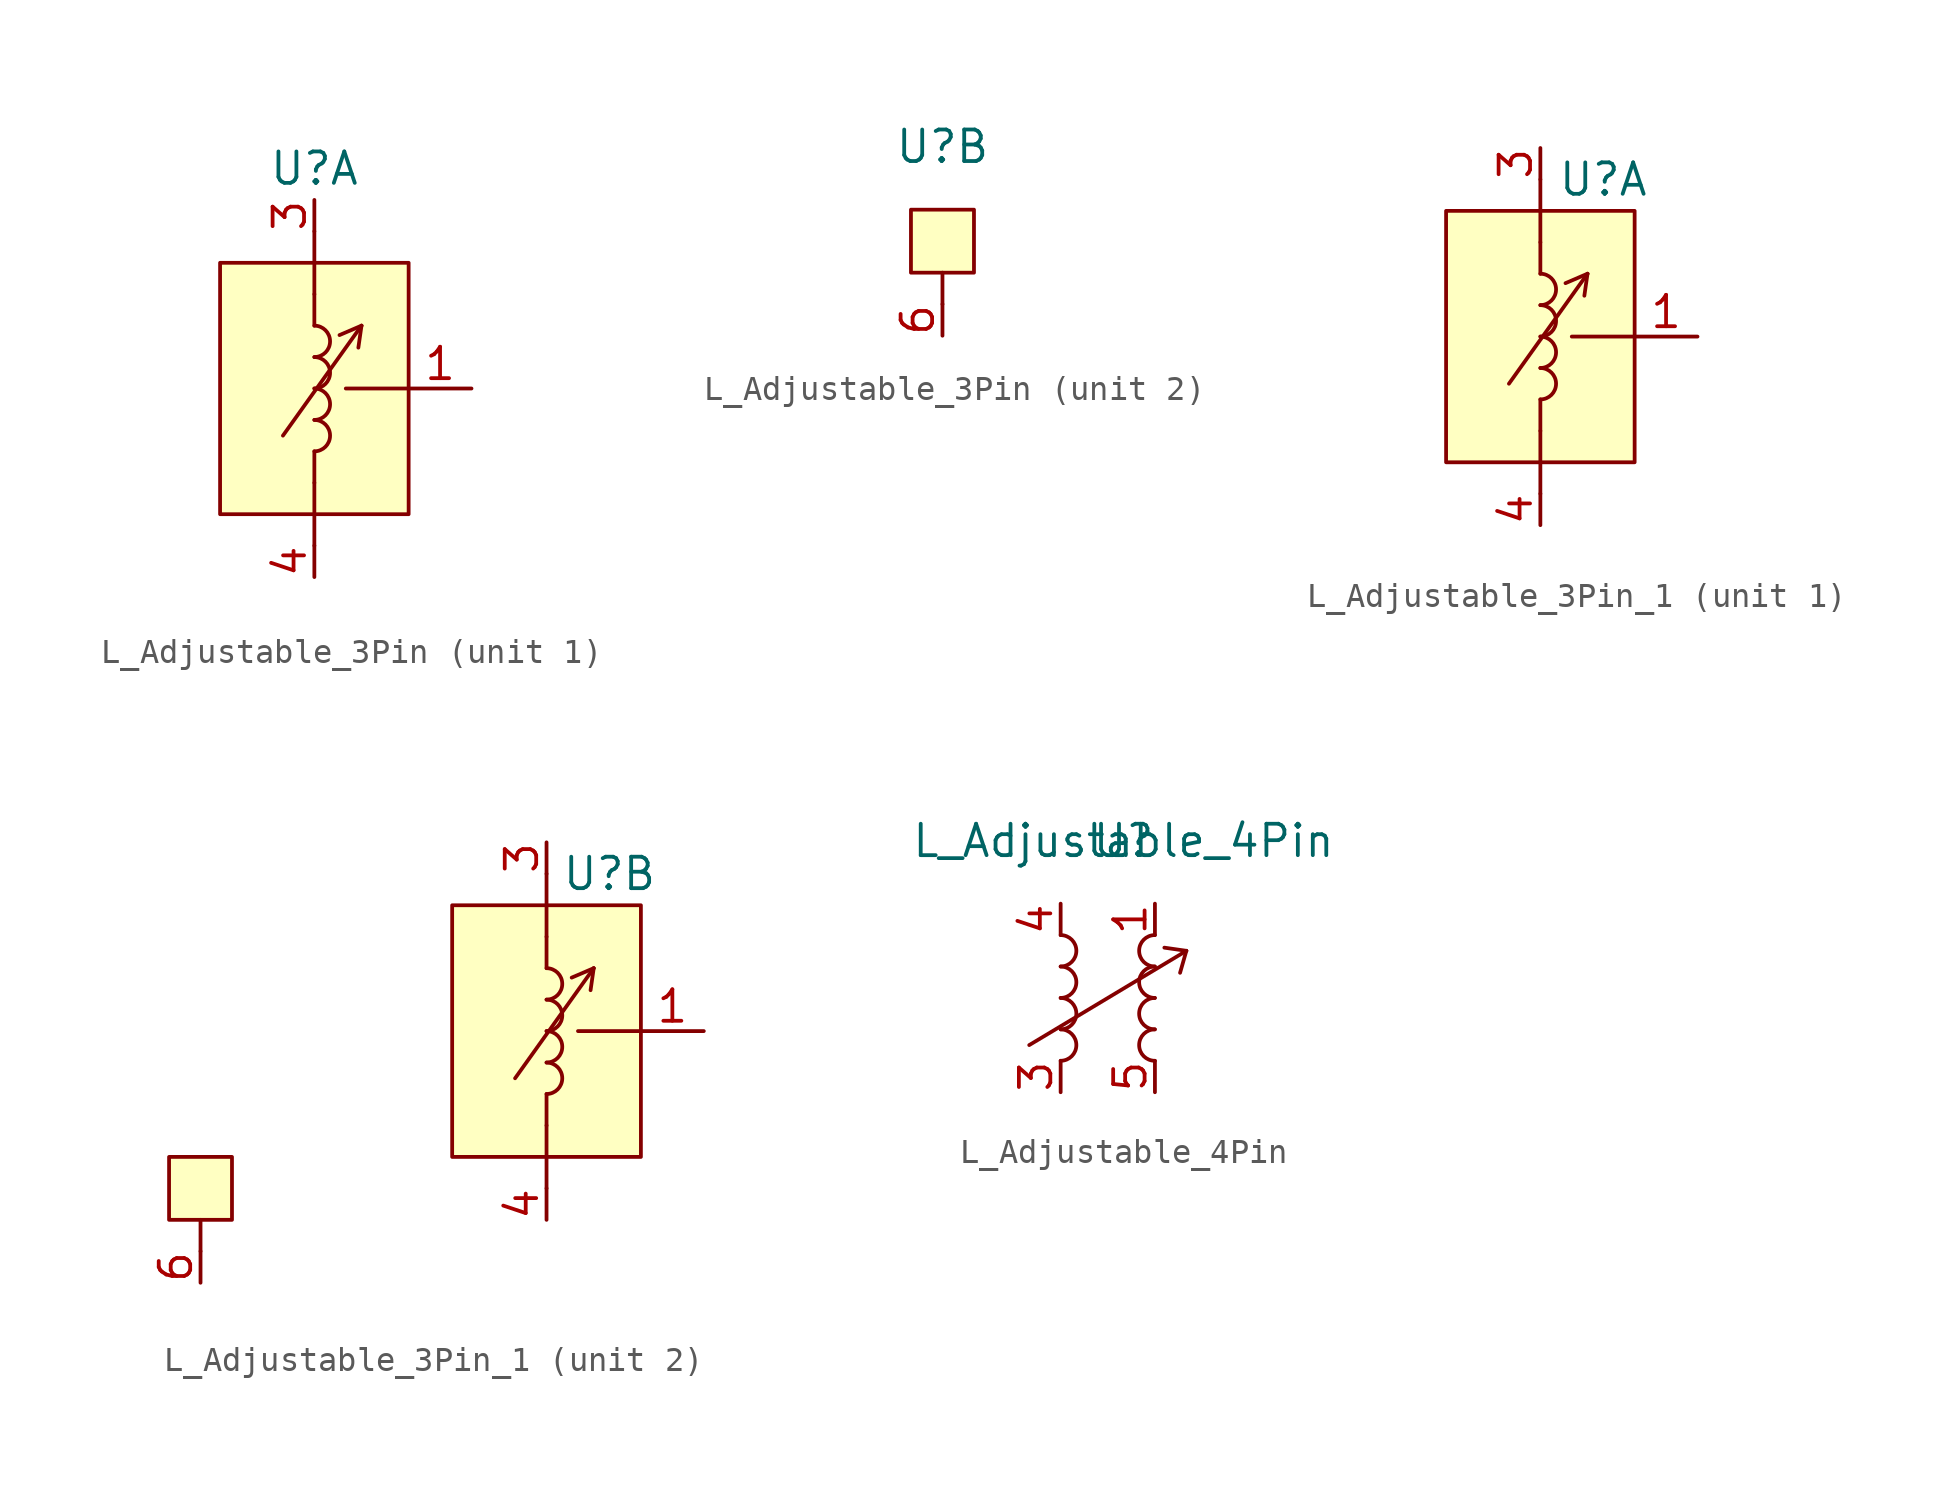
<source format=kicad_sym>
(kicad_symbol_lib
  (version 20220914)
  (generator kicad_symbol_editor)
  (symbol "L_Adjustable_3Pin"
    (property "Reference" "U"
      (at 0 3.81 0)
      (effects (font (size 1.27 1.27))))
    (property "Value" ""
      (at 2.54 1.27 0)
      (effects (font (size 1.27 1.27))))
    (property "ki_locked" ""
      (at 0 0 0)
      (effects (font (size 1.27 1.27))))
    (symbol "L_Adjustable_3Pin_1_1"
      (rectangle (start -3.81 0) (end 3.81 -10.16) (stroke (width 0) (type default)) (fill (type background)))
      (arc (start 0 -7.62) (mid 0.6323 -6.985) (end 0 -6.35) (stroke (width 0) (type default)) (fill (type none)))
      (arc (start 0 -6.35) (mid 0.6323 -5.715) (end 0 -5.08) (stroke (width 0) (type default)) (fill (type none)))
      (arc (start 0 -5.08) (mid 0.6323 -4.445) (end 0 -3.81) (stroke (width 0) (type default)) (fill (type none)))
      (arc (start 0 -3.81) (mid 0.6323 -3.175) (end 0 -2.54) (stroke (width 0) (type default)) (fill (type none)))
      (polyline (pts (xy -1.27 -6.985) (xy 1.905 -2.54)) (stroke (width 0) (type default)) (fill (type none)))
      (polyline (pts (xy 0 -8.89) (xy 0 -11.43)) (stroke (width 0) (type default)) (fill (type none)))
      (polyline (pts (xy 0 -8.89) (xy 0 -7.62)) (stroke (width 0) (type default)) (fill (type none)))
      (polyline (pts (xy 0 -1.27) (xy 0 -2.54)) (stroke (width 0) (type default)) (fill (type none)))
      (polyline (pts (xy 0 1.27) (xy 0 -1.27)) (stroke (width 0) (type default)) (fill (type none)))
      (polyline (pts (xy 1.905 -2.54) (xy 1.016 -2.921)) (stroke (width 0) (type default)) (fill (type none)))
      (polyline (pts (xy 1.905 -2.54) (xy 1.778 -3.429)) (stroke (width 0) (type default)) (fill (type none)))
      (polyline (pts (xy 3.81 -5.08) (xy 1.27 -5.08)) (stroke (width 0) (type default)) (fill (type none)))
      (pin passive line (at 6.35 -5.08 180) (length 2.54) (name "" (effects (font (size 1.27 1.27)))) (number "1" (effects (font (size 1.27 1.27)))))
      (pin passive line (at 0 2.54 270) (length 1.27) (name "" (effects (font (size 1.27 1.27)))) (number "3" (effects (font (size 1.27 1.27)))))
      (pin passive line (at 0 -12.7 90) (length 1.27) (name "" (effects (font (size 1.27 1.27)))) (number "4" (effects (font (size 1.27 1.27))))))
    (symbol "L_Adjustable_3Pin_2_1"
      (rectangle (start -1.27 1.27) (end 1.27 -1.27) (stroke (width 0) (type default)) (fill (type background)))
      (polyline (pts (xy 0 -2.54) (xy 0 -1.27)) (stroke (width 0) (type default)) (fill (type none)))
      (pin passive line (at 0 -3.81 90) (length 1.27) (name "" (effects (font (size 1.27 1.27)))) (number "6" (effects (font (size 1.27 1.27)))))))
  (symbol "L_Adjustable_3Pin_1"
    (property "Reference" "U"
      (at 0 0 0)
      (effects (font (size 1.27 1.27))))
    (property "Value" ""
      (at 0 0 0)
      (effects (font (size 1.27 1.27))))
    (property "ki_locked" ""
      (at 0 0 0)
      (effects (font (size 1.27 1.27))))
    (symbol "L_Adjustable_3Pin_1_0_1"
      (arc (start -2.54 -8.89) (mid -1.9077 -8.255) (end -2.54 -7.62) (stroke (width 0) (type default)) (fill (type none)))
      (arc (start -2.54 -7.62) (mid -1.9077 -6.985) (end -2.54 -6.35) (stroke (width 0) (type default)) (fill (type none)))
      (arc (start -2.54 -6.35) (mid -1.9077 -5.715) (end -2.54 -5.08) (stroke (width 0) (type default)) (fill (type none)))
      (arc (start -2.54 -5.08) (mid -1.9077 -4.445) (end -2.54 -3.81) (stroke (width 0) (type default)) (fill (type none)))
      (polyline (pts (xy -3.81 -8.255) (xy -0.635 -3.81)) (stroke (width 0) (type default)) (fill (type none)))
      (polyline (pts (xy -2.54 -10.16) (xy -2.54 -8.89)) (stroke (width 0) (type default)) (fill (type none)))
      (polyline (pts (xy -2.54 -2.54) (xy -2.54 -3.81)) (stroke (width 0) (type default)) (fill (type none)))
      (polyline (pts (xy -0.635 -3.81) (xy -1.524 -4.191)) (stroke (width 0) (type default)) (fill (type none)))
      (polyline (pts (xy -0.635 -3.81) (xy -0.762 -4.699)) (stroke (width 0) (type default)) (fill (type none)))
      (polyline (pts (xy 1.27 -6.35) (xy -1.27 -6.35)) (stroke (width 0) (type default)) (fill (type none))))
    (symbol "L_Adjustable_3Pin_1_1_1"
      (rectangle (start -6.35 -1.27) (end 1.27 -11.43) (stroke (width 0) (type default)) (fill (type background)))
      (polyline (pts (xy -2.54 -10.16) (xy -2.54 -12.7)) (stroke (width 0) (type default)) (fill (type none)))
      (polyline (pts (xy -2.54 0) (xy -2.54 -2.54)) (stroke (width 0) (type default)) (fill (type none)))
      (pin passive line (at 3.81 -6.35 180) (length 2.54) (name "" (effects (font (size 1.27 1.27)))) (number "1" (effects (font (size 1.27 1.27)))))
      (pin passive line (at -2.54 1.27 270) (length 1.27) (name "" (effects (font (size 1.27 1.27)))) (number "3" (effects (font (size 1.27 1.27)))))
      (pin passive line (at -2.54 -13.97 90) (length 1.27) (name "" (effects (font (size 1.27 1.27)))) (number "4" (effects (font (size 1.27 1.27))))))
    (symbol "L_Adjustable_3Pin_1_2_1"
      (rectangle (start -17.78 -11.43) (end -15.24 -13.97) (stroke (width 0) (type default)) (fill (type background)))
      (rectangle (start -6.35 -1.27) (end 1.27 -11.43) (stroke (width 0) (type default)) (fill (type background)))
      (polyline (pts (xy -16.51 -15.24) (xy -16.51 -13.97)) (stroke (width 0) (type default)) (fill (type none)))
      (polyline (pts (xy -2.54 -10.16) (xy -2.54 -12.7)) (stroke (width 0) (type default)) (fill (type none)))
      (polyline (pts (xy -2.54 0) (xy -2.54 -2.54)) (stroke (width 0) (type default)) (fill (type none)))
      (pin passive line (at 3.81 -6.35 180) (length 2.54) (name "" (effects (font (size 1.27 1.27)))) (number "1" (effects (font (size 1.27 1.27)))))
      (pin passive line (at -2.54 1.27 270) (length 1.27) (name "" (effects (font (size 1.27 1.27)))) (number "3" (effects (font (size 1.27 1.27)))))
      (pin passive line (at -2.54 -13.97 90) (length 1.27) (name "" (effects (font (size 1.27 1.27)))) (number "4" (effects (font (size 1.27 1.27)))))
      (pin passive line (at -16.51 -16.51 90) (length 1.27) (name "" (effects (font (size 1.27 1.27)))) (number "6" (effects (font (size 1.27 1.27)))))))
  (symbol "L_Adjustable_4Pin"
    (property "Reference" "U"
      (at 2.54 2.54 0)
      (effects (font (size 1.27 1.27))))
    (property "Value" "L_Adjustable_4Pin"
      (at 2.54 2.54 0)
      (effects (font (size 1.27 1.27))))
    (symbol "L_Adjustable_4Pin_0_1"
      (arc (start 0 -6.35) (mid 0.6323 -5.715) (end 0 -5.08) (stroke (width 0) (type default)) (fill (type none)))
      (arc (start 0 -5.08) (mid 0.6323 -4.445) (end 0 -3.81) (stroke (width 0) (type default)) (fill (type none)))
      (arc (start 0 -3.81) (mid 0.6323 -3.175) (end 0 -2.54) (stroke (width 0) (type default)) (fill (type none)))
      (arc (start 0 -2.54) (mid 0.6323 -1.905) (end 0 -1.27) (stroke (width 0) (type default)) (fill (type none)))
      (polyline (pts (xy -1.27 -5.715) (xy 5.08 -1.905)) (stroke (width 0) (type default)) (fill (type none)))
      (polyline (pts (xy 5.08 -1.905) (xy 4.191 -1.778)) (stroke (width 0) (type default)) (fill (type none)))
      (polyline (pts (xy 5.08 -1.905) (xy 4.826 -2.794)) (stroke (width 0) (type default)) (fill (type none)))
      (arc (start 3.8073 -5.08) (mid 3.175 -5.715) (end 3.8073 -6.35) (stroke (width 0) (type default)) (fill (type none)))
      (arc (start 3.8073 -3.81) (mid 3.175 -4.445) (end 3.8073 -5.08) (stroke (width 0) (type default)) (fill (type none)))
      (arc (start 3.8073 -2.54) (mid 3.175 -3.175) (end 3.8073 -3.81) (stroke (width 0) (type default)) (fill (type none)))
      (arc (start 3.8073 -1.27) (mid 3.175 -1.905) (end 3.8073 -2.54) (stroke (width 0) (type default)) (fill (type none))))
    (symbol "L_Adjustable_4Pin_1_1"
      (pin passive line (at 3.81 0 270) (length 1.27) (name "" (effects (font (size 1.27 1.27)))) (number "1" (effects (font (size 1.27 1.27)))))
      (pin passive line (at 0 -7.62 90) (length 1.27) (name "" (effects (font (size 1.27 1.27)))) (number "3" (effects (font (size 1.27 1.27)))))
      (pin passive line (at 0 0 270) (length 1.27) (name "" (effects (font (size 1.27 1.27)))) (number "4" (effects (font (size 1.27 1.27)))))
      (pin passive line (at 3.81 -7.62 90) (length 1.27) (name "" (effects (font (size 1.27 1.27)))) (number "5" (effects (font (size 1.27 1.27))))))))
</source>
